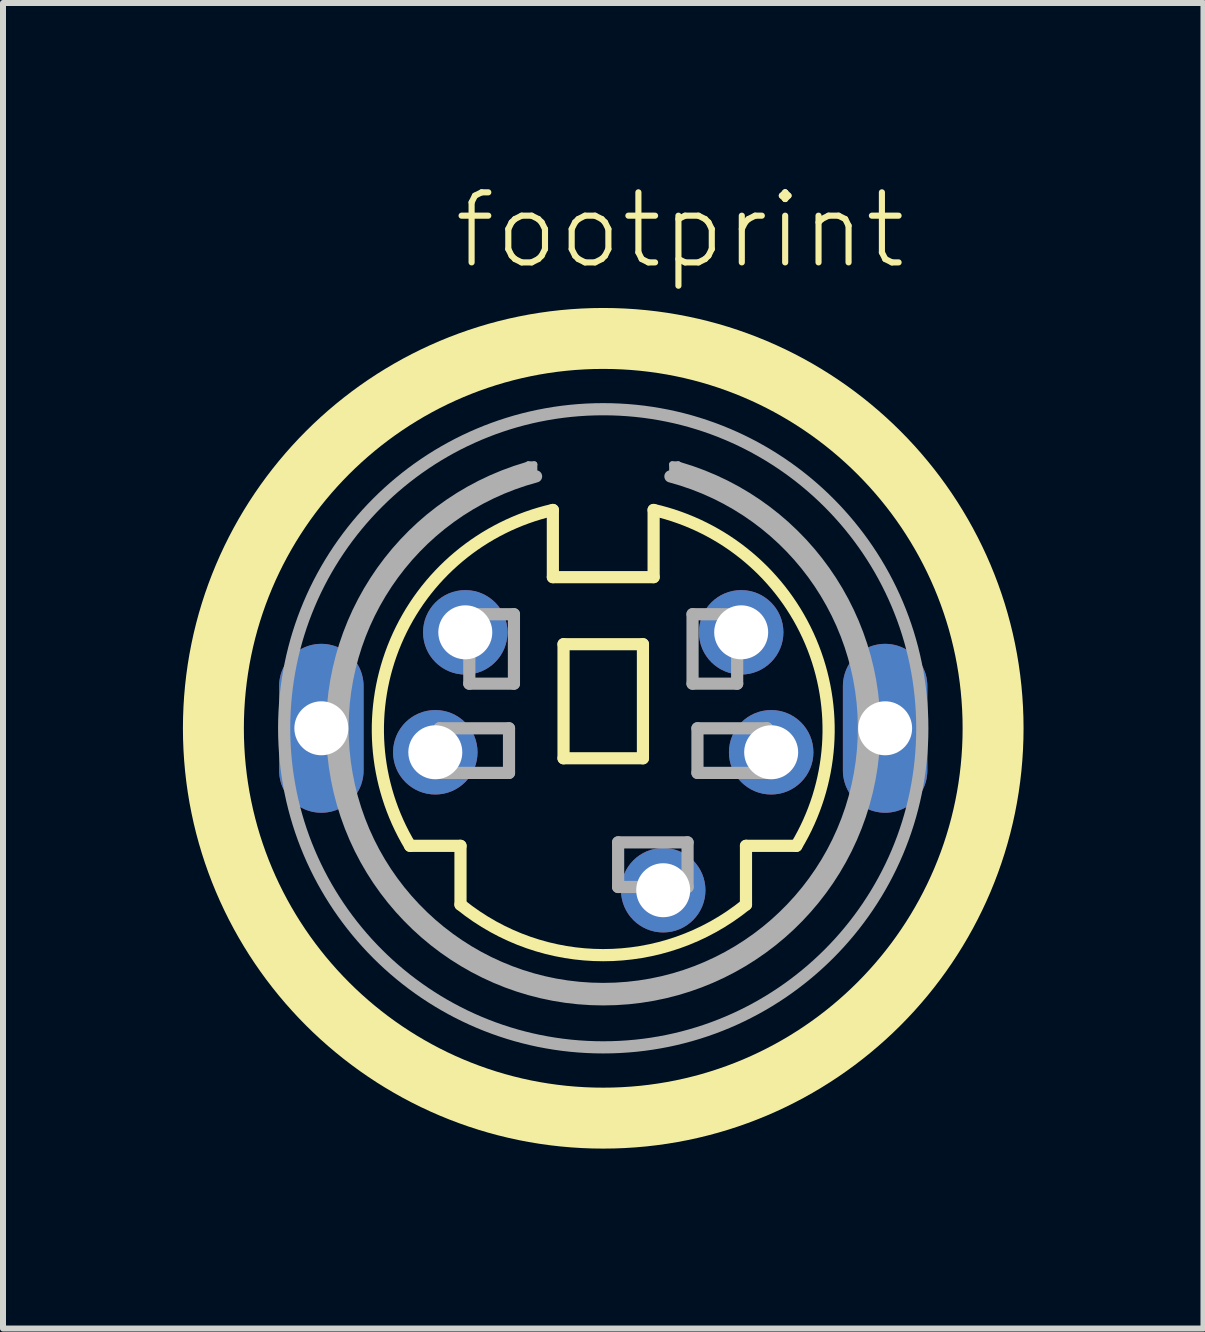
<source format=kicad_pcb>
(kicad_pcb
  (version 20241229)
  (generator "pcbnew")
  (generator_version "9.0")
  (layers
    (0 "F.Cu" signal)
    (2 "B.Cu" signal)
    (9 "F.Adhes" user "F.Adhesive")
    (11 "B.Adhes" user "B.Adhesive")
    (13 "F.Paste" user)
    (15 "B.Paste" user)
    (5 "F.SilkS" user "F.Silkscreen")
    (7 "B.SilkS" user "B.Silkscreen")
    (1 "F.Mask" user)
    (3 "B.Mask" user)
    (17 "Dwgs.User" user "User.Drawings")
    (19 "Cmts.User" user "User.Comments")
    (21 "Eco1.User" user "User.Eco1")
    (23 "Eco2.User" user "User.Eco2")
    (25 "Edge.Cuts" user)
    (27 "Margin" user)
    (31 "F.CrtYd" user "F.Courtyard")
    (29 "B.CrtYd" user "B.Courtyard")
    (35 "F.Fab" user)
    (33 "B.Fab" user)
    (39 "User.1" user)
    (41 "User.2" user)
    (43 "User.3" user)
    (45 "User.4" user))
  (footprint "footprint"
    (layer "F.Cu")
    (at 7.008 9.093)
    (property "Reference" "footprint" (at -2.54 -7.62 0) (layer "F.SilkS") (effects (font (size 1.168 1.168) (thickness 0.102)) (justify left bottom)))
    (fp_line (start -3.22 1.96) (end -2.38 1.96) (stroke (width 0.203) (type solid)) (layer "F.SilkS"))
    (fp_line (start -2.38 1.96) (end -2.38 2.94) (stroke (width 0.203) (type solid)) (layer "F.SilkS"))
    (fp_line (start -0.84 -2.52) (end -0.84 -3.64) (stroke (width 0.203) (type solid)) (layer "F.SilkS"))
    (fp_line (start -0.662 -1.402) (end 0.662 -1.402) (stroke (width 0.203) (type solid)) (layer "F.SilkS"))
    (fp_line (start -0.662 0.5) (end -0.662 -1.402) (stroke (width 0.203) (type solid)) (layer "F.SilkS"))
    (fp_line (start 0.662 -1.402) (end 0.662 0.5) (stroke (width 0.203) (type solid)) (layer "F.SilkS"))
    (fp_line (start 0.662 0.5) (end -0.662 0.5) (stroke (width 0.203) (type solid)) (layer "F.SilkS"))
    (fp_line (start 0.84 -3.64) (end 0.84 -2.52) (stroke (width 0.203) (type solid)) (layer "F.SilkS"))
    (fp_line (start 0.84 -2.52) (end -0.84 -2.52) (stroke (width 0.203) (type solid)) (layer "F.SilkS"))
    (fp_line (start 2.38 1.96) (end 2.38 2.94) (stroke (width 0.203) (type solid)) (layer "F.SilkS"))
    (fp_line (start 3.22 1.96) (end 2.38 1.96) (stroke (width 0.203) (type solid)) (layer "F.SilkS"))
    (fp_arc (start -3.22 1.96) (mid -3.458453 -1.447093) (end -0.84 -3.64) (stroke (width 0.2032) (type solid)) (layer "F.SilkS"))
    (fp_arc (start 0.84 -3.64) (mid 3.458453 -1.447093) (end 3.22 1.96) (stroke (width 0.2032) (type solid)) (layer "F.SilkS"))
    (fp_arc (start 2.38 2.94) (mid 0 3.782592) (end -2.38 2.94) (stroke (width 0.2032) (type solid)) (layer "F.SilkS"))
    (fp_circle (center 0 0) (end 6.5 0) (stroke (width 1.016) (type solid)) (fill no) (layer "F.SilkS"))
    (fp_line (start -2.729 0) (end -1.571 0) (stroke (width 0.203) (type solid)) (layer "F.Fab"))
    (fp_line (start -2.729 0.744) (end -2.729 0) (stroke (width 0.203) (type solid)) (layer "F.Fab"))
    (fp_line (start -2.233 -1.902) (end -1.489 -1.902) (stroke (width 0.203) (type solid)) (layer "F.Fab"))
    (fp_line (start -2.233 -0.744) (end -2.233 -1.902) (stroke (width 0.203) (type solid)) (layer "F.Fab"))
    (fp_line (start -1.571 0) (end -1.571 0.744) (stroke (width 0.203) (type solid)) (layer "F.Fab"))
    (fp_line (start -1.571 0.744) (end -2.729 0.744) (stroke (width 0.203) (type solid)) (layer "F.Fab"))
    (fp_line (start -1.489 -1.902) (end -1.489 -0.744) (stroke (width 0.203) (type solid)) (layer "F.Fab"))
    (fp_line (start -1.489 -0.744) (end -2.233 -0.744) (stroke (width 0.203) (type solid)) (layer "F.Fab"))
    (fp_line (start -1.25 -4.4) (end -1.25 -4.2) (stroke (width 0.102) (type solid)) (layer "F.Fab"))
    (fp_line (start -1.15 -4.4) (end -1.25 -4.4) (stroke (width 0.102) (type solid)) (layer "F.Fab"))
    (fp_line (start -1.15 -4.15) (end -1.15 -4.4) (stroke (width 0.102) (type solid)) (layer "F.Fab"))
    (fp_line (start 0.248 1.902) (end 1.406 1.902) (stroke (width 0.203) (type solid)) (layer "F.Fab"))
    (fp_line (start 0.248 2.646) (end 0.248 1.902) (stroke (width 0.203) (type solid)) (layer "F.Fab"))
    (fp_line (start 1.15 -4.4) (end 1.25 -4.4) (stroke (width 0.102) (type solid)) (layer "F.Fab"))
    (fp_line (start 1.15 -4.15) (end 1.15 -4.4) (stroke (width 0.102) (type solid)) (layer "F.Fab"))
    (fp_line (start 1.25 -4.4) (end 1.25 -4.2) (stroke (width 0.102) (type solid)) (layer "F.Fab"))
    (fp_line (start 1.406 1.902) (end 1.406 2.646) (stroke (width 0.203) (type solid)) (layer "F.Fab"))
    (fp_line (start 1.406 2.646) (end 0.248 2.646) (stroke (width 0.203) (type solid)) (layer "F.Fab"))
    (fp_line (start 1.489 -1.902) (end 2.233 -1.902) (stroke (width 0.203) (type solid)) (layer "F.Fab"))
    (fp_line (start 1.489 -0.744) (end 1.489 -1.902) (stroke (width 0.203) (type solid)) (layer "F.Fab"))
    (fp_line (start 1.571 0) (end 2.729 0) (stroke (width 0.203) (type solid)) (layer "F.Fab"))
    (fp_line (start 1.571 0.744) (end 1.571 0) (stroke (width 0.203) (type solid)) (layer "F.Fab"))
    (fp_line (start 2.233 -1.902) (end 2.233 -0.744) (stroke (width 0.203) (type solid)) (layer "F.Fab"))
    (fp_line (start 2.233 -0.744) (end 1.489 -0.744) (stroke (width 0.203) (type solid)) (layer "F.Fab"))
    (fp_line (start 2.729 0) (end 2.729 0.744) (stroke (width 0.203) (type solid)) (layer "F.Fab"))
    (fp_line (start 2.729 0.744) (end 1.571 0.744) (stroke (width 0.203) (type solid)) (layer "F.Fab"))
    (fp_arc (start 1.12 -4.2) (mid 0 4.346769) (end -1.12 -4.2) (stroke (width 0.2032) (type solid)) (layer "F.Fab"))
    (fp_arc (start 1.26 -4.34) (mid 0 4.519203) (end -1.26 -4.34) (stroke (width 0.2032) (type solid)) (layer "F.Fab"))
    (fp_circle (center 0 0) (end 5.32 0) (stroke (width 0.203) (type solid)) (fill no) (layer "F.Fab"))
    (pad "1" thru_hole circle (at 1 2.7) (size 1.408 1.408) (drill 0.9) (layers "*.Cu" "*.Mask"))
    (pad "2" thru_hole circle (at 2.8 0.4) (size 1.408 1.408) (drill 0.9) (layers "*.Cu" "*.Mask"))
    (pad "3" thru_hole circle (at -2.8 0.4) (size 1.408 1.408) (drill 0.9) (layers "*.Cu" "*.Mask"))
    (pad "4" thru_hole circle (at 2.3 -1.6) (size 1.408 1.408) (drill 0.9) (layers "*.Cu" "*.Mask"))
    (pad "5" thru_hole circle (at -2.3 -1.6) (size 1.408 1.408) (drill 0.9) (layers "*.Cu" "*.Mask"))
    (pad "M1" thru_hole oval (at -4.7 0 90) (size 2.816 1.408) (drill 0.9) (layers "*.Cu" "*.Mask"))
    (pad "M2" thru_hole oval (at 4.7 0 90) (size 2.816 1.408) (drill 0.9) (layers "*.Cu" "*.Mask")))
  (gr_rect
    (start -3 -3)
    (end 17.016 19.101)
    (stroke (width 0.1) (type default))
    (fill no)
    (layer "Edge.Cuts")))
</source>
